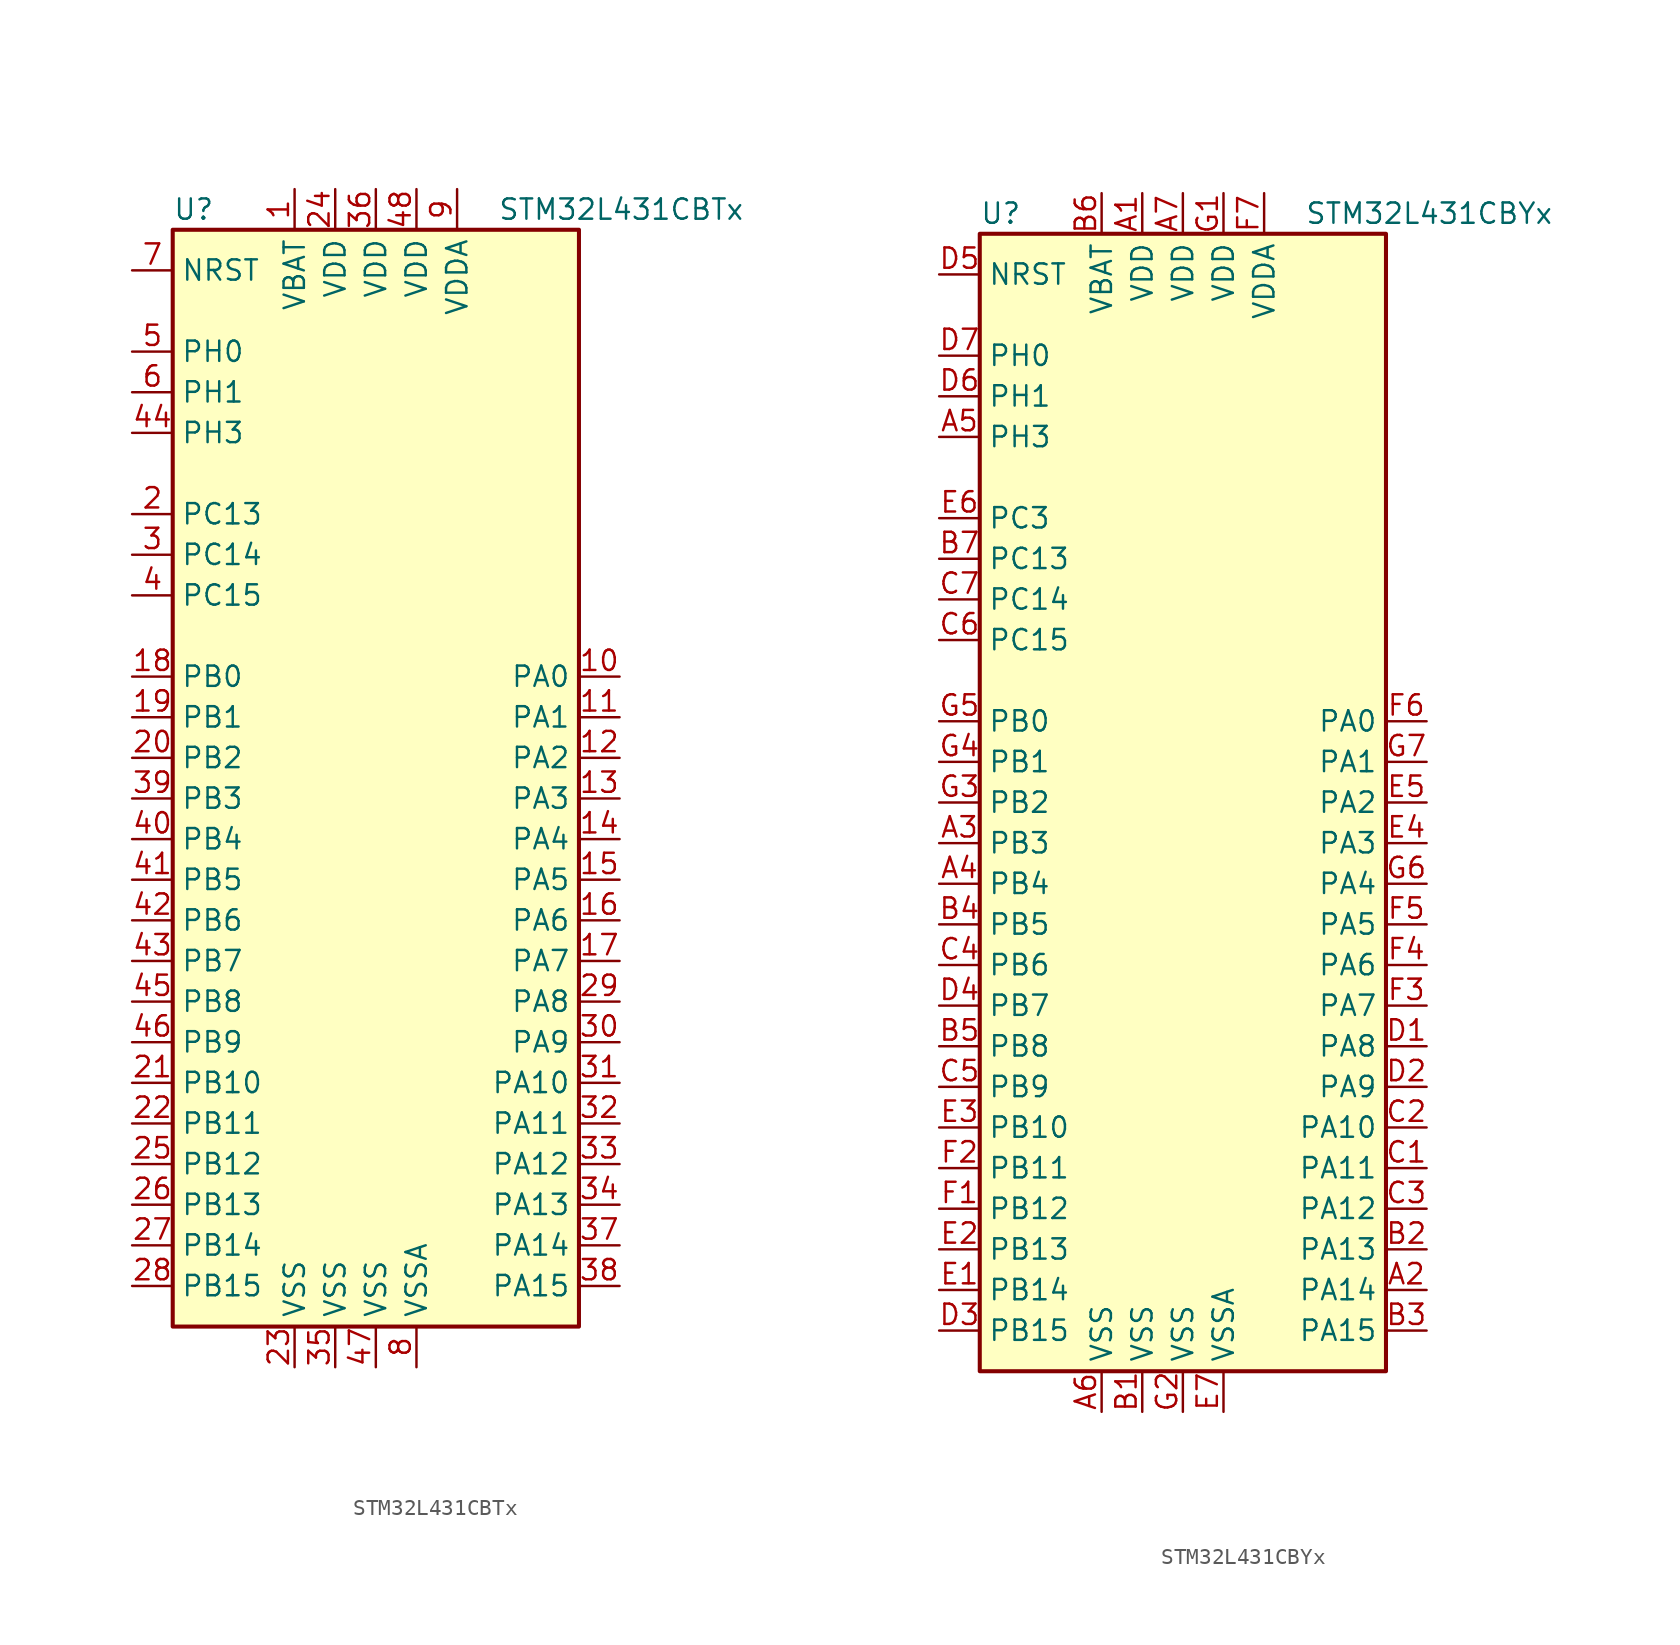
<source format=kicad_sym>
(kicad_symbol_lib
  (version 20201005)
  (generator kicad_symbol_editor)
  (symbol "MCU_ST_STM32L4:STM32L431CBTx"
    (property "Reference" "U"
      (at -12.7 34.29 0)
      (effects (font (size 1.27 1.27)) (justify left)))
    (property "Value" "STM32L431CBTx"
      (at 7.62 34.29 0)
      (effects (font (size 1.27 1.27)) (justify left)))
    (symbol "STM32L431CBTx_0_1"
      (rectangle (start -12.7 -35.56) (end 12.7 33.02) (stroke (width 0.254)) (fill (type background))))
    (symbol "STM32L431CBTx_1_1"
      (pin power_in line (at -5.08 35.56 270) (length 2.54) (name "VBAT" (effects (font (size 1.27 1.27)))) (number "1" (effects (font (size 1.27 1.27)))))
      (pin bidirectional line (at 15.24 5.08 180) (length 2.54) (name "PA0" (effects (font (size 1.27 1.27)))) (number "10" (effects (font (size 1.27 1.27)))))
      (pin bidirectional line (at 15.24 2.54 180) (length 2.54) (name "PA1" (effects (font (size 1.27 1.27)))) (number "11" (effects (font (size 1.27 1.27)))))
      (pin bidirectional line (at 15.24 0 180) (length 2.54) (name "PA2" (effects (font (size 1.27 1.27)))) (number "12" (effects (font (size 1.27 1.27)))))
      (pin bidirectional line (at 15.24 -2.54 180) (length 2.54) (name "PA3" (effects (font (size 1.27 1.27)))) (number "13" (effects (font (size 1.27 1.27)))))
      (pin bidirectional line (at 15.24 -5.08 180) (length 2.54) (name "PA4" (effects (font (size 1.27 1.27)))) (number "14" (effects (font (size 1.27 1.27)))))
      (pin bidirectional line (at 15.24 -7.62 180) (length 2.54) (name "PA5" (effects (font (size 1.27 1.27)))) (number "15" (effects (font (size 1.27 1.27)))))
      (pin bidirectional line (at 15.24 -10.16 180) (length 2.54) (name "PA6" (effects (font (size 1.27 1.27)))) (number "16" (effects (font (size 1.27 1.27)))))
      (pin bidirectional line (at 15.24 -12.7 180) (length 2.54) (name "PA7" (effects (font (size 1.27 1.27)))) (number "17" (effects (font (size 1.27 1.27)))))
      (pin bidirectional line (at -15.24 5.08 0) (length 2.54) (name "PB0" (effects (font (size 1.27 1.27)))) (number "18" (effects (font (size 1.27 1.27)))))
      (pin bidirectional line (at -15.24 2.54 0) (length 2.54) (name "PB1" (effects (font (size 1.27 1.27)))) (number "19" (effects (font (size 1.27 1.27)))))
      (pin bidirectional line (at -15.24 15.24 0) (length 2.54) (name "PC13" (effects (font (size 1.27 1.27)))) (number "2" (effects (font (size 1.27 1.27)))))
      (pin bidirectional line (at -15.24 0 0) (length 2.54) (name "PB2" (effects (font (size 1.27 1.27)))) (number "20" (effects (font (size 1.27 1.27)))))
      (pin bidirectional line (at -15.24 -20.32 0) (length 2.54) (name "PB10" (effects (font (size 1.27 1.27)))) (number "21" (effects (font (size 1.27 1.27)))))
      (pin bidirectional line (at -15.24 -22.86 0) (length 2.54) (name "PB11" (effects (font (size 1.27 1.27)))) (number "22" (effects (font (size 1.27 1.27)))))
      (pin power_in line (at -5.08 -38.1 90) (length 2.54) (name "VSS" (effects (font (size 1.27 1.27)))) (number "23" (effects (font (size 1.27 1.27)))))
      (pin power_in line (at -2.54 35.56 270) (length 2.54) (name "VDD" (effects (font (size 1.27 1.27)))) (number "24" (effects (font (size 1.27 1.27)))))
      (pin bidirectional line (at -15.24 -25.4 0) (length 2.54) (name "PB12" (effects (font (size 1.27 1.27)))) (number "25" (effects (font (size 1.27 1.27)))))
      (pin bidirectional line (at -15.24 -27.94 0) (length 2.54) (name "PB13" (effects (font (size 1.27 1.27)))) (number "26" (effects (font (size 1.27 1.27)))))
      (pin bidirectional line (at -15.24 -30.48 0) (length 2.54) (name "PB14" (effects (font (size 1.27 1.27)))) (number "27" (effects (font (size 1.27 1.27)))))
      (pin bidirectional line (at -15.24 -33.02 0) (length 2.54) (name "PB15" (effects (font (size 1.27 1.27)))) (number "28" (effects (font (size 1.27 1.27)))))
      (pin bidirectional line (at 15.24 -15.24 180) (length 2.54) (name "PA8" (effects (font (size 1.27 1.27)))) (number "29" (effects (font (size 1.27 1.27)))))
      (pin bidirectional line (at -15.24 12.7 0) (length 2.54) (name "PC14" (effects (font (size 1.27 1.27)))) (number "3" (effects (font (size 1.27 1.27)))))
      (pin bidirectional line (at 15.24 -17.78 180) (length 2.54) (name "PA9" (effects (font (size 1.27 1.27)))) (number "30" (effects (font (size 1.27 1.27)))))
      (pin bidirectional line (at 15.24 -20.32 180) (length 2.54) (name "PA10" (effects (font (size 1.27 1.27)))) (number "31" (effects (font (size 1.27 1.27)))))
      (pin bidirectional line (at 15.24 -22.86 180) (length 2.54) (name "PA11" (effects (font (size 1.27 1.27)))) (number "32" (effects (font (size 1.27 1.27)))))
      (pin bidirectional line (at 15.24 -25.4 180) (length 2.54) (name "PA12" (effects (font (size 1.27 1.27)))) (number "33" (effects (font (size 1.27 1.27)))))
      (pin bidirectional line (at 15.24 -27.94 180) (length 2.54) (name "PA13" (effects (font (size 1.27 1.27)))) (number "34" (effects (font (size 1.27 1.27)))))
      (pin power_in line (at -2.54 -38.1 90) (length 2.54) (name "VSS" (effects (font (size 1.27 1.27)))) (number "35" (effects (font (size 1.27 1.27)))))
      (pin power_in line (at 0 35.56 270) (length 2.54) (name "VDD" (effects (font (size 1.27 1.27)))) (number "36" (effects (font (size 1.27 1.27)))))
      (pin bidirectional line (at 15.24 -30.48 180) (length 2.54) (name "PA14" (effects (font (size 1.27 1.27)))) (number "37" (effects (font (size 1.27 1.27)))))
      (pin bidirectional line (at 15.24 -33.02 180) (length 2.54) (name "PA15" (effects (font (size 1.27 1.27)))) (number "38" (effects (font (size 1.27 1.27)))))
      (pin bidirectional line (at -15.24 -2.54 0) (length 2.54) (name "PB3" (effects (font (size 1.27 1.27)))) (number "39" (effects (font (size 1.27 1.27)))))
      (pin bidirectional line (at -15.24 10.16 0) (length 2.54) (name "PC15" (effects (font (size 1.27 1.27)))) (number "4" (effects (font (size 1.27 1.27)))))
      (pin bidirectional line (at -15.24 -5.08 0) (length 2.54) (name "PB4" (effects (font (size 1.27 1.27)))) (number "40" (effects (font (size 1.27 1.27)))))
      (pin bidirectional line (at -15.24 -7.62 0) (length 2.54) (name "PB5" (effects (font (size 1.27 1.27)))) (number "41" (effects (font (size 1.27 1.27)))))
      (pin bidirectional line (at -15.24 -10.16 0) (length 2.54) (name "PB6" (effects (font (size 1.27 1.27)))) (number "42" (effects (font (size 1.27 1.27)))))
      (pin bidirectional line (at -15.24 -12.7 0) (length 2.54) (name "PB7" (effects (font (size 1.27 1.27)))) (number "43" (effects (font (size 1.27 1.27)))))
      (pin bidirectional line (at -15.24 20.32 0) (length 2.54) (name "PH3" (effects (font (size 1.27 1.27)))) (number "44" (effects (font (size 1.27 1.27)))))
      (pin bidirectional line (at -15.24 -15.24 0) (length 2.54) (name "PB8" (effects (font (size 1.27 1.27)))) (number "45" (effects (font (size 1.27 1.27)))))
      (pin bidirectional line (at -15.24 -17.78 0) (length 2.54) (name "PB9" (effects (font (size 1.27 1.27)))) (number "46" (effects (font (size 1.27 1.27)))))
      (pin power_in line (at 0 -38.1 90) (length 2.54) (name "VSS" (effects (font (size 1.27 1.27)))) (number "47" (effects (font (size 1.27 1.27)))))
      (pin power_in line (at 2.54 35.56 270) (length 2.54) (name "VDD" (effects (font (size 1.27 1.27)))) (number "48" (effects (font (size 1.27 1.27)))))
      (pin input line (at -15.24 25.4 0) (length 2.54) (name "PH0" (effects (font (size 1.27 1.27)))) (number "5" (effects (font (size 1.27 1.27)))))
      (pin input line (at -15.24 22.86 0) (length 2.54) (name "PH1" (effects (font (size 1.27 1.27)))) (number "6" (effects (font (size 1.27 1.27)))))
      (pin input line (at -15.24 30.48 0) (length 2.54) (name "NRST" (effects (font (size 1.27 1.27)))) (number "7" (effects (font (size 1.27 1.27)))))
      (pin power_in line (at 2.54 -38.1 90) (length 2.54) (name "VSSA" (effects (font (size 1.27 1.27)))) (number "8" (effects (font (size 1.27 1.27)))))
      (pin power_in line (at 5.08 35.56 270) (length 2.54) (name "VDDA" (effects (font (size 1.27 1.27)))) (number "9" (effects (font (size 1.27 1.27)))))))
  (symbol "MCU_ST_STM32L4:STM32L431CBYx"
    (property "Reference" "U"
      (at -12.7 36.83 0)
      (effects (font (size 1.27 1.27)) (justify left)))
    (property "Value" "STM32L431CBYx"
      (at 7.62 36.83 0)
      (effects (font (size 1.27 1.27)) (justify left)))
    (symbol "STM32L431CBYx_0_1"
      (rectangle (start -12.7 -35.56) (end 12.7 35.56) (stroke (width 0.254)) (fill (type background))))
    (symbol "STM32L431CBYx_1_1"
      (pin power_in line (at -2.54 38.1 270) (length 2.54) (name "VDD" (effects (font (size 1.27 1.27)))) (number "A1" (effects (font (size 1.27 1.27)))))
      (pin bidirectional line (at 15.24 -30.48 180) (length 2.54) (name "PA14" (effects (font (size 1.27 1.27)))) (number "A2" (effects (font (size 1.27 1.27)))))
      (pin bidirectional line (at -15.24 -2.54 0) (length 2.54) (name "PB3" (effects (font (size 1.27 1.27)))) (number "A3" (effects (font (size 1.27 1.27)))))
      (pin bidirectional line (at -15.24 -5.08 0) (length 2.54) (name "PB4" (effects (font (size 1.27 1.27)))) (number "A4" (effects (font (size 1.27 1.27)))))
      (pin bidirectional line (at -15.24 22.86 0) (length 2.54) (name "PH3" (effects (font (size 1.27 1.27)))) (number "A5" (effects (font (size 1.27 1.27)))))
      (pin power_in line (at -5.08 -38.1 90) (length 2.54) (name "VSS" (effects (font (size 1.27 1.27)))) (number "A6" (effects (font (size 1.27 1.27)))))
      (pin power_in line (at 0 38.1 270) (length 2.54) (name "VDD" (effects (font (size 1.27 1.27)))) (number "A7" (effects (font (size 1.27 1.27)))))
      (pin power_in line (at -2.54 -38.1 90) (length 2.54) (name "VSS" (effects (font (size 1.27 1.27)))) (number "B1" (effects (font (size 1.27 1.27)))))
      (pin bidirectional line (at 15.24 -27.94 180) (length 2.54) (name "PA13" (effects (font (size 1.27 1.27)))) (number "B2" (effects (font (size 1.27 1.27)))))
      (pin bidirectional line (at 15.24 -33.02 180) (length 2.54) (name "PA15" (effects (font (size 1.27 1.27)))) (number "B3" (effects (font (size 1.27 1.27)))))
      (pin bidirectional line (at -15.24 -7.62 0) (length 2.54) (name "PB5" (effects (font (size 1.27 1.27)))) (number "B4" (effects (font (size 1.27 1.27)))))
      (pin bidirectional line (at -15.24 -15.24 0) (length 2.54) (name "PB8" (effects (font (size 1.27 1.27)))) (number "B5" (effects (font (size 1.27 1.27)))))
      (pin power_in line (at -5.08 38.1 270) (length 2.54) (name "VBAT" (effects (font (size 1.27 1.27)))) (number "B6" (effects (font (size 1.27 1.27)))))
      (pin bidirectional line (at -15.24 15.24 0) (length 2.54) (name "PC13" (effects (font (size 1.27 1.27)))) (number "B7" (effects (font (size 1.27 1.27)))))
      (pin bidirectional line (at 15.24 -22.86 180) (length 2.54) (name "PA11" (effects (font (size 1.27 1.27)))) (number "C1" (effects (font (size 1.27 1.27)))))
      (pin bidirectional line (at 15.24 -20.32 180) (length 2.54) (name "PA10" (effects (font (size 1.27 1.27)))) (number "C2" (effects (font (size 1.27 1.27)))))
      (pin bidirectional line (at 15.24 -25.4 180) (length 2.54) (name "PA12" (effects (font (size 1.27 1.27)))) (number "C3" (effects (font (size 1.27 1.27)))))
      (pin bidirectional line (at -15.24 -10.16 0) (length 2.54) (name "PB6" (effects (font (size 1.27 1.27)))) (number "C4" (effects (font (size 1.27 1.27)))))
      (pin bidirectional line (at -15.24 -17.78 0) (length 2.54) (name "PB9" (effects (font (size 1.27 1.27)))) (number "C5" (effects (font (size 1.27 1.27)))))
      (pin bidirectional line (at -15.24 10.16 0) (length 2.54) (name "PC15" (effects (font (size 1.27 1.27)))) (number "C6" (effects (font (size 1.27 1.27)))))
      (pin bidirectional line (at -15.24 12.7 0) (length 2.54) (name "PC14" (effects (font (size 1.27 1.27)))) (number "C7" (effects (font (size 1.27 1.27)))))
      (pin bidirectional line (at 15.24 -15.24 180) (length 2.54) (name "PA8" (effects (font (size 1.27 1.27)))) (number "D1" (effects (font (size 1.27 1.27)))))
      (pin bidirectional line (at 15.24 -17.78 180) (length 2.54) (name "PA9" (effects (font (size 1.27 1.27)))) (number "D2" (effects (font (size 1.27 1.27)))))
      (pin bidirectional line (at -15.24 -33.02 0) (length 2.54) (name "PB15" (effects (font (size 1.27 1.27)))) (number "D3" (effects (font (size 1.27 1.27)))))
      (pin bidirectional line (at -15.24 -12.7 0) (length 2.54) (name "PB7" (effects (font (size 1.27 1.27)))) (number "D4" (effects (font (size 1.27 1.27)))))
      (pin input line (at -15.24 33.02 0) (length 2.54) (name "NRST" (effects (font (size 1.27 1.27)))) (number "D5" (effects (font (size 1.27 1.27)))))
      (pin input line (at -15.24 25.4 0) (length 2.54) (name "PH1" (effects (font (size 1.27 1.27)))) (number "D6" (effects (font (size 1.27 1.27)))))
      (pin input line (at -15.24 27.94 0) (length 2.54) (name "PH0" (effects (font (size 1.27 1.27)))) (number "D7" (effects (font (size 1.27 1.27)))))
      (pin bidirectional line (at -15.24 -30.48 0) (length 2.54) (name "PB14" (effects (font (size 1.27 1.27)))) (number "E1" (effects (font (size 1.27 1.27)))))
      (pin bidirectional line (at -15.24 -27.94 0) (length 2.54) (name "PB13" (effects (font (size 1.27 1.27)))) (number "E2" (effects (font (size 1.27 1.27)))))
      (pin bidirectional line (at -15.24 -20.32 0) (length 2.54) (name "PB10" (effects (font (size 1.27 1.27)))) (number "E3" (effects (font (size 1.27 1.27)))))
      (pin bidirectional line (at 15.24 -2.54 180) (length 2.54) (name "PA3" (effects (font (size 1.27 1.27)))) (number "E4" (effects (font (size 1.27 1.27)))))
      (pin bidirectional line (at 15.24 0 180) (length 2.54) (name "PA2" (effects (font (size 1.27 1.27)))) (number "E5" (effects (font (size 1.27 1.27)))))
      (pin bidirectional line (at -15.24 17.78 0) (length 2.54) (name "PC3" (effects (font (size 1.27 1.27)))) (number "E6" (effects (font (size 1.27 1.27)))))
      (pin power_in line (at 2.54 -38.1 90) (length 2.54) (name "VSSA" (effects (font (size 1.27 1.27)))) (number "E7" (effects (font (size 1.27 1.27)))))
      (pin bidirectional line (at -15.24 -25.4 0) (length 2.54) (name "PB12" (effects (font (size 1.27 1.27)))) (number "F1" (effects (font (size 1.27 1.27)))))
      (pin bidirectional line (at -15.24 -22.86 0) (length 2.54) (name "PB11" (effects (font (size 1.27 1.27)))) (number "F2" (effects (font (size 1.27 1.27)))))
      (pin bidirectional line (at 15.24 -12.7 180) (length 2.54) (name "PA7" (effects (font (size 1.27 1.27)))) (number "F3" (effects (font (size 1.27 1.27)))))
      (pin bidirectional line (at 15.24 -10.16 180) (length 2.54) (name "PA6" (effects (font (size 1.27 1.27)))) (number "F4" (effects (font (size 1.27 1.27)))))
      (pin bidirectional line (at 15.24 -7.62 180) (length 2.54) (name "PA5" (effects (font (size 1.27 1.27)))) (number "F5" (effects (font (size 1.27 1.27)))))
      (pin bidirectional line (at 15.24 5.08 180) (length 2.54) (name "PA0" (effects (font (size 1.27 1.27)))) (number "F6" (effects (font (size 1.27 1.27)))))
      (pin power_in line (at 5.08 38.1 270) (length 2.54) (name "VDDA" (effects (font (size 1.27 1.27)))) (number "F7" (effects (font (size 1.27 1.27)))))
      (pin power_in line (at 2.54 38.1 270) (length 2.54) (name "VDD" (effects (font (size 1.27 1.27)))) (number "G1" (effects (font (size 1.27 1.27)))))
      (pin power_in line (at 0 -38.1 90) (length 2.54) (name "VSS" (effects (font (size 1.27 1.27)))) (number "G2" (effects (font (size 1.27 1.27)))))
      (pin bidirectional line (at -15.24 0 0) (length 2.54) (name "PB2" (effects (font (size 1.27 1.27)))) (number "G3" (effects (font (size 1.27 1.27)))))
      (pin bidirectional line (at -15.24 2.54 0) (length 2.54) (name "PB1" (effects (font (size 1.27 1.27)))) (number "G4" (effects (font (size 1.27 1.27)))))
      (pin bidirectional line (at -15.24 5.08 0) (length 2.54) (name "PB0" (effects (font (size 1.27 1.27)))) (number "G5" (effects (font (size 1.27 1.27)))))
      (pin bidirectional line (at 15.24 -5.08 180) (length 2.54) (name "PA4" (effects (font (size 1.27 1.27)))) (number "G6" (effects (font (size 1.27 1.27)))))
      (pin bidirectional line (at 15.24 2.54 180) (length 2.54) (name "PA1" (effects (font (size 1.27 1.27)))) (number "G7" (effects (font (size 1.27 1.27))))))))
</source>
